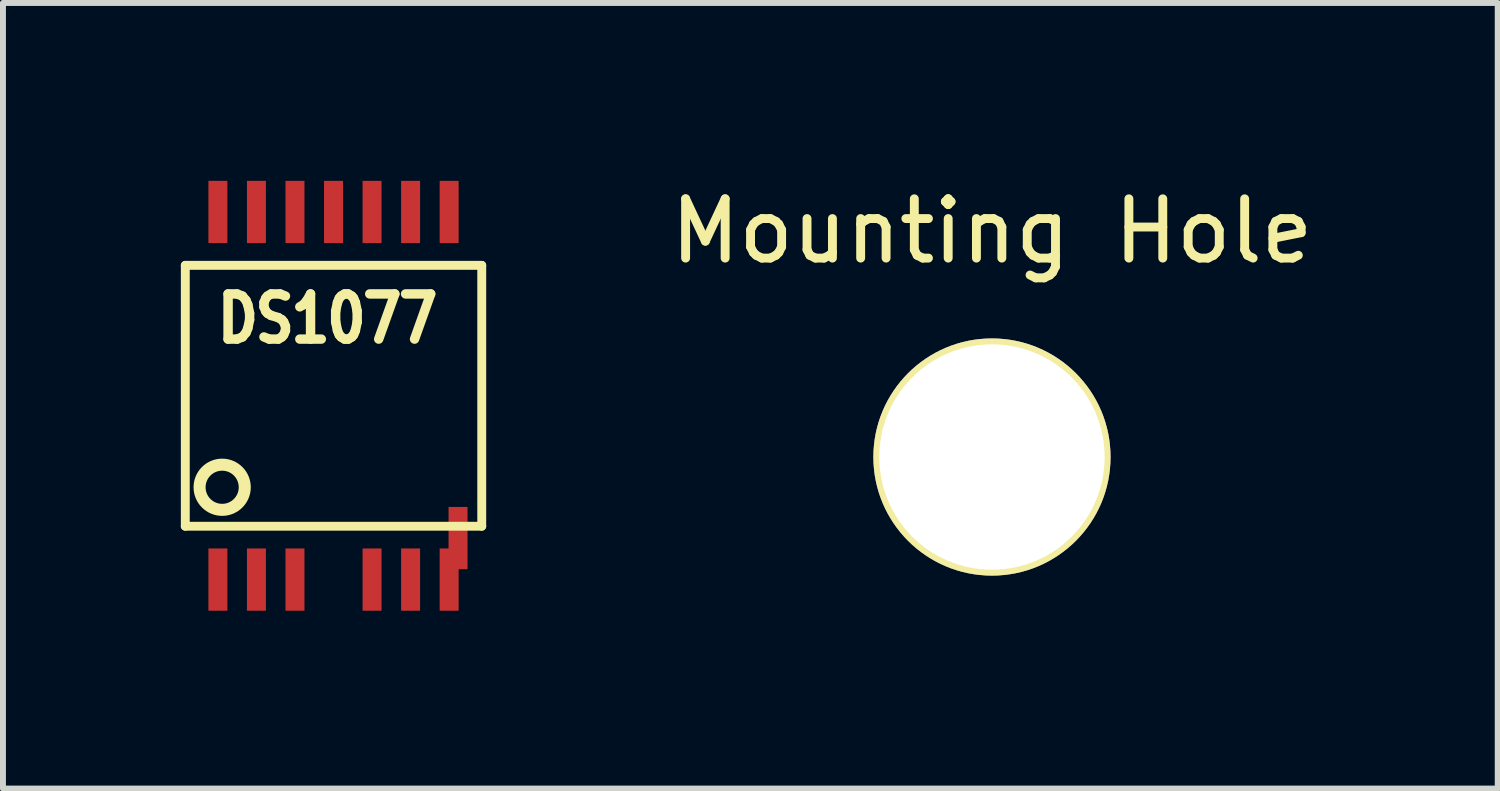
<source format=kicad_pcb>
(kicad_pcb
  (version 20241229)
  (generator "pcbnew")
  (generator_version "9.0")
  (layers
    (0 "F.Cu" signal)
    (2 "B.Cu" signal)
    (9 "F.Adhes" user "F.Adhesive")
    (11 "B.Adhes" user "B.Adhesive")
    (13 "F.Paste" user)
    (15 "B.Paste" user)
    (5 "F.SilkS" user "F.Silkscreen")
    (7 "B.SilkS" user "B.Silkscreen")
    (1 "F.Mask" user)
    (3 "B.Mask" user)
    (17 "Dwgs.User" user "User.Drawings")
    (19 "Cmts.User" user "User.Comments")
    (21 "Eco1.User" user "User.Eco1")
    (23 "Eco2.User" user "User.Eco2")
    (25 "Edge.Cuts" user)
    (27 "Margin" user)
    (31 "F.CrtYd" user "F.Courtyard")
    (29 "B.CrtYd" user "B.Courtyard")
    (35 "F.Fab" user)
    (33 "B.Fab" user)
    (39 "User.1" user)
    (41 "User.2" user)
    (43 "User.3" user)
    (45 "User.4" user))
  (footprint "Mounting Hole"
    (layer "F.Cu")
    (at 13.68 4.658)
    (property "Reference" "Mounting Hole" (at 0 -3.81 0) (layer "F.SilkS") (effects (font (size 1 1) (thickness 0.15))))
    (attr through_hole)
    (pad "1" thru_hole circle (at 0 0) (size 4 4) (drill 3.8) (layers "*.Cu" "*.Mask" "F.SilkS")))
  (footprint "DS1077"
    (layer "F.Cu")
    (at 2.575 3.625)
    (property "Reference" "DS1077" (at -0.1 -1.3 0) (layer "F.SilkS") (effects (font (size 0.762 0.635) (thickness 0.159))))
    (attr smd)
    (fp_line (start -2.5 -2.2) (end -2.5 2.2) (stroke (width 0.15) (type solid)) (layer "F.SilkS"))
    (fp_line (start -2.5 -2.2) (end 2.5 -2.2) (stroke (width 0.15) (type solid)) (layer "F.SilkS"))
    (fp_line (start -2.5 2.2) (end 2.5 2.2) (stroke (width 0.15) (type solid)) (layer "F.SilkS"))
    (fp_line (start 2.5 -2.2) (end 2.5 2.2) (stroke (width 0.15) (type solid)) (layer "F.SilkS"))
    (fp_circle (center -1.878 1.543) (end -2.259 1.543) (stroke (width 0.203) (type solid)) (fill no) (layer "F.SilkS"))
    (pad "1" smd rect (at -1.95 3.1) (size 0.32 1.05) (layers "F.Cu" "F.Mask" "F.Paste"))
    (pad "2" smd rect (at -1.3 3.1) (size 0.32 1.05) (layers "F.Cu" "F.Mask" "F.Paste"))
    (pad "3" smd rect (at -0.65 3.1) (size 0.32 1.05) (layers "F.Cu" "F.Mask" "F.Paste"))
    (pad "4" smd rect (at 2.1 2.4) (size 0.32 1.05) (layers "F.Cu" "F.Mask" "F.Paste"))
    (pad "5" smd rect (at 0.65 3.1) (size 0.32 1.05) (layers "F.Cu" "F.Mask" "F.Paste"))
    (pad "6" smd rect (at 1.3 3.1) (size 0.32 1.05) (layers "F.Cu" "F.Mask" "F.Paste"))
    (pad "7" smd rect (at 1.95 3.1) (size 0.32 1.05) (layers "F.Cu" "F.Mask" "F.Paste"))
    (pad "8" smd rect (at 1.95 -3.1) (size 0.32 1.05) (layers "F.Cu" "F.Mask" "F.Paste"))
    (pad "9" smd rect (at 1.3 -3.1) (size 0.32 1.05) (layers "F.Cu" "F.Mask" "F.Paste"))
    (pad "10" smd rect (at 0.65 -3.1) (size 0.32 1.05) (layers "F.Cu" "F.Mask" "F.Paste"))
    (pad "11" smd rect (at 0 -3.1) (size 0.32 1.05) (layers "F.Cu" "F.Mask" "F.Paste"))
    (pad "12" smd rect (at -0.65 -3.1) (size 0.32 1.05) (layers "F.Cu" "F.Mask" "F.Paste"))
    (pad "13" smd rect (at -1.3 -3.1) (size 0.32 1.05) (layers "F.Cu" "F.Mask" "F.Paste"))
    (pad "14" smd rect (at -1.95 -3.1) (size 0.32 1.05) (layers "F.Cu" "F.Mask" "F.Paste")))
  (gr_rect
    (start -3 -3)
    (end 22.21 10.25)
    (stroke (width 0.1) (type default))
    (fill no)
    (layer "Edge.Cuts")))
</source>
